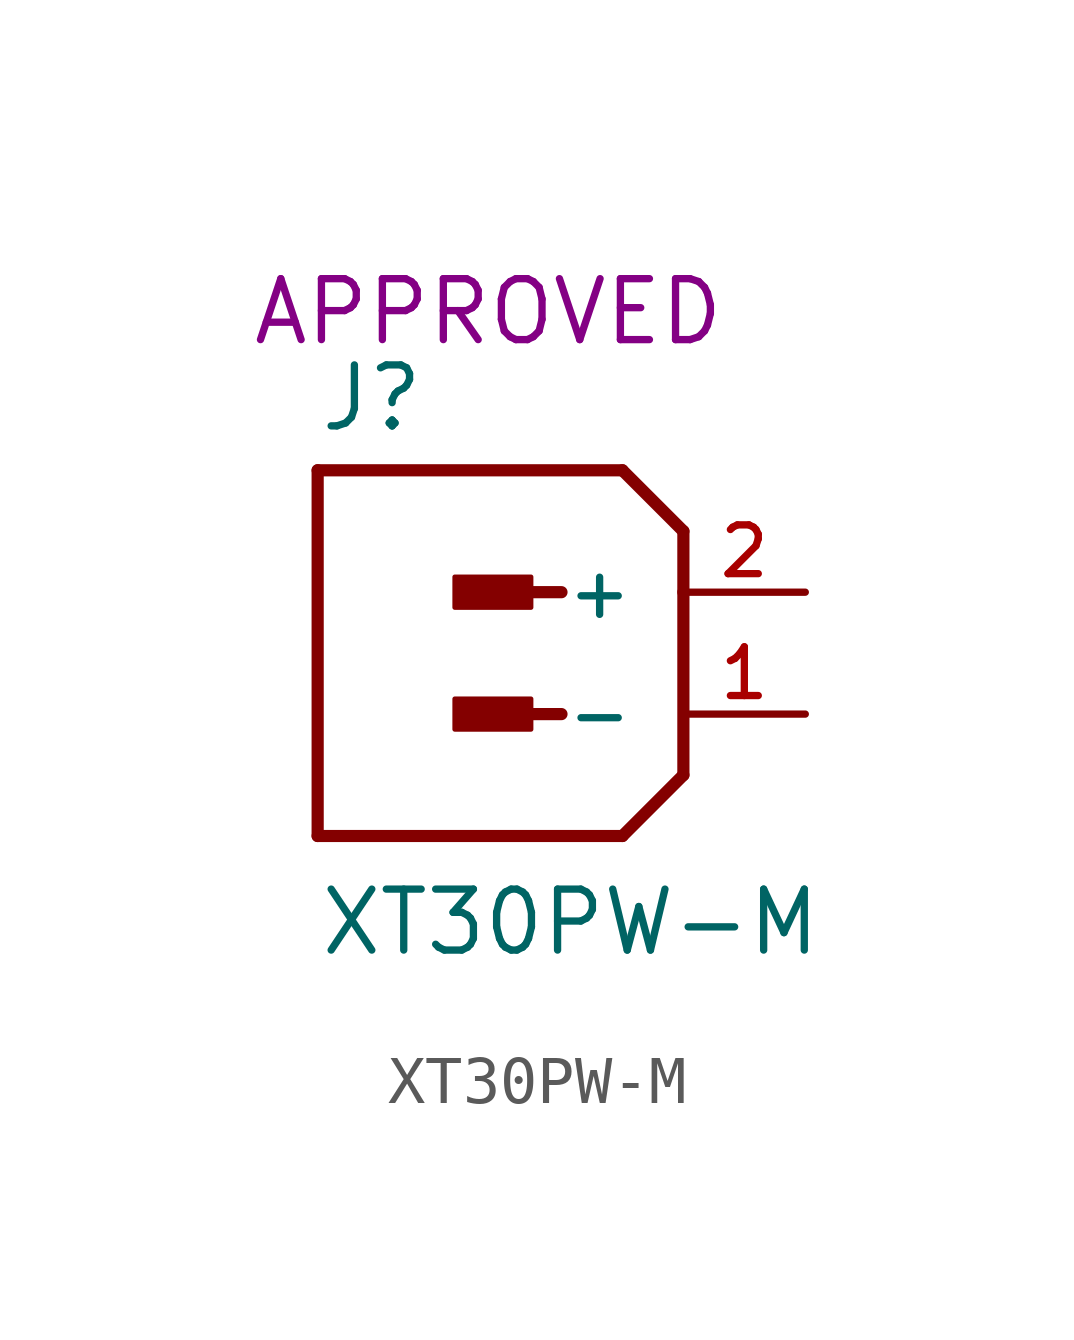
<source format=kicad_sym>
(kicad_symbol_lib
  (version 20231120)
  (generator "kicad_symbol_editor")
  (generator_version "8.0")
  (symbol "XT30PW-M"
    (pin_names
      (offset 1.016))
    (property "Reference" "J"
      (at -7.62 3.302 0)
      (effects (font (size 1.27 1.27)) (justify left bottom)))
    (property "Value" "XT30PW-M"
      (at -7.62 -7.62 0)
      (effects (font (size 1.27 1.27)) (justify left bottom)))
    (property "STATUS" "APPROVED"
      (at -4.064 5.842 0)
      (effects (font (size 1.27 1.27))))
    (symbol "XT30PW-M_0_0"
      (rectangle (start -4.763 -2.857) (end -3.175 -2.223) (stroke (width 0.1) (type default)) (fill (type outline)))
      (rectangle (start -4.763 0.318) (end -3.175 -0.318) (stroke (width 0.1) (type default)) (fill (type outline)))
      (polyline (pts (xy -7.62 -5.08) (xy -7.62 2.54)) (stroke (width 0.254) (type default)) (fill (type none)))
      (polyline (pts (xy -7.62 2.54) (xy -1.27 2.54)) (stroke (width 0.254) (type default)) (fill (type none)))
      (polyline (pts (xy -2.54 -2.54) (xy -4.445 -2.54)) (stroke (width 0.254) (type default)) (fill (type none)))
      (polyline (pts (xy -2.54 0) (xy -4.445 0)) (stroke (width 0.254) (type default)) (fill (type none)))
      (polyline (pts (xy -1.27 -5.08) (xy -7.62 -5.08)) (stroke (width 0.254) (type default)) (fill (type none)))
      (polyline (pts (xy 0 -3.81) (xy -1.27 -5.08)) (stroke (width 0.254) (type default)) (fill (type none)))
      (polyline (pts (xy 0 0) (xy 0 -3.81)) (stroke (width 0.254) (type default)) (fill (type none)))
      (polyline (pts (xy 0 1.27) (xy -1.27 2.54)) (stroke (width 0.254) (type default)) (fill (type none)))
      (polyline (pts (xy 0 1.27) (xy 0 0)) (stroke (width 0.254) (type default)) (fill (type none))))
    (symbol "XT30PW-M_1_0"
      (pin power_in line (at 2.54 -2.54 180) (length 2.54) (name "-" (effects (font (size 1.016 1.016)))) (number "1" (effects (font (size 1.016 1.016)))))
      (pin power_in line (at 2.54 0 180) (length 2.54) (name "+" (effects (font (size 1.016 1.016)))) (number "2" (effects (font (size 1.016 1.016))))))))
</source>
